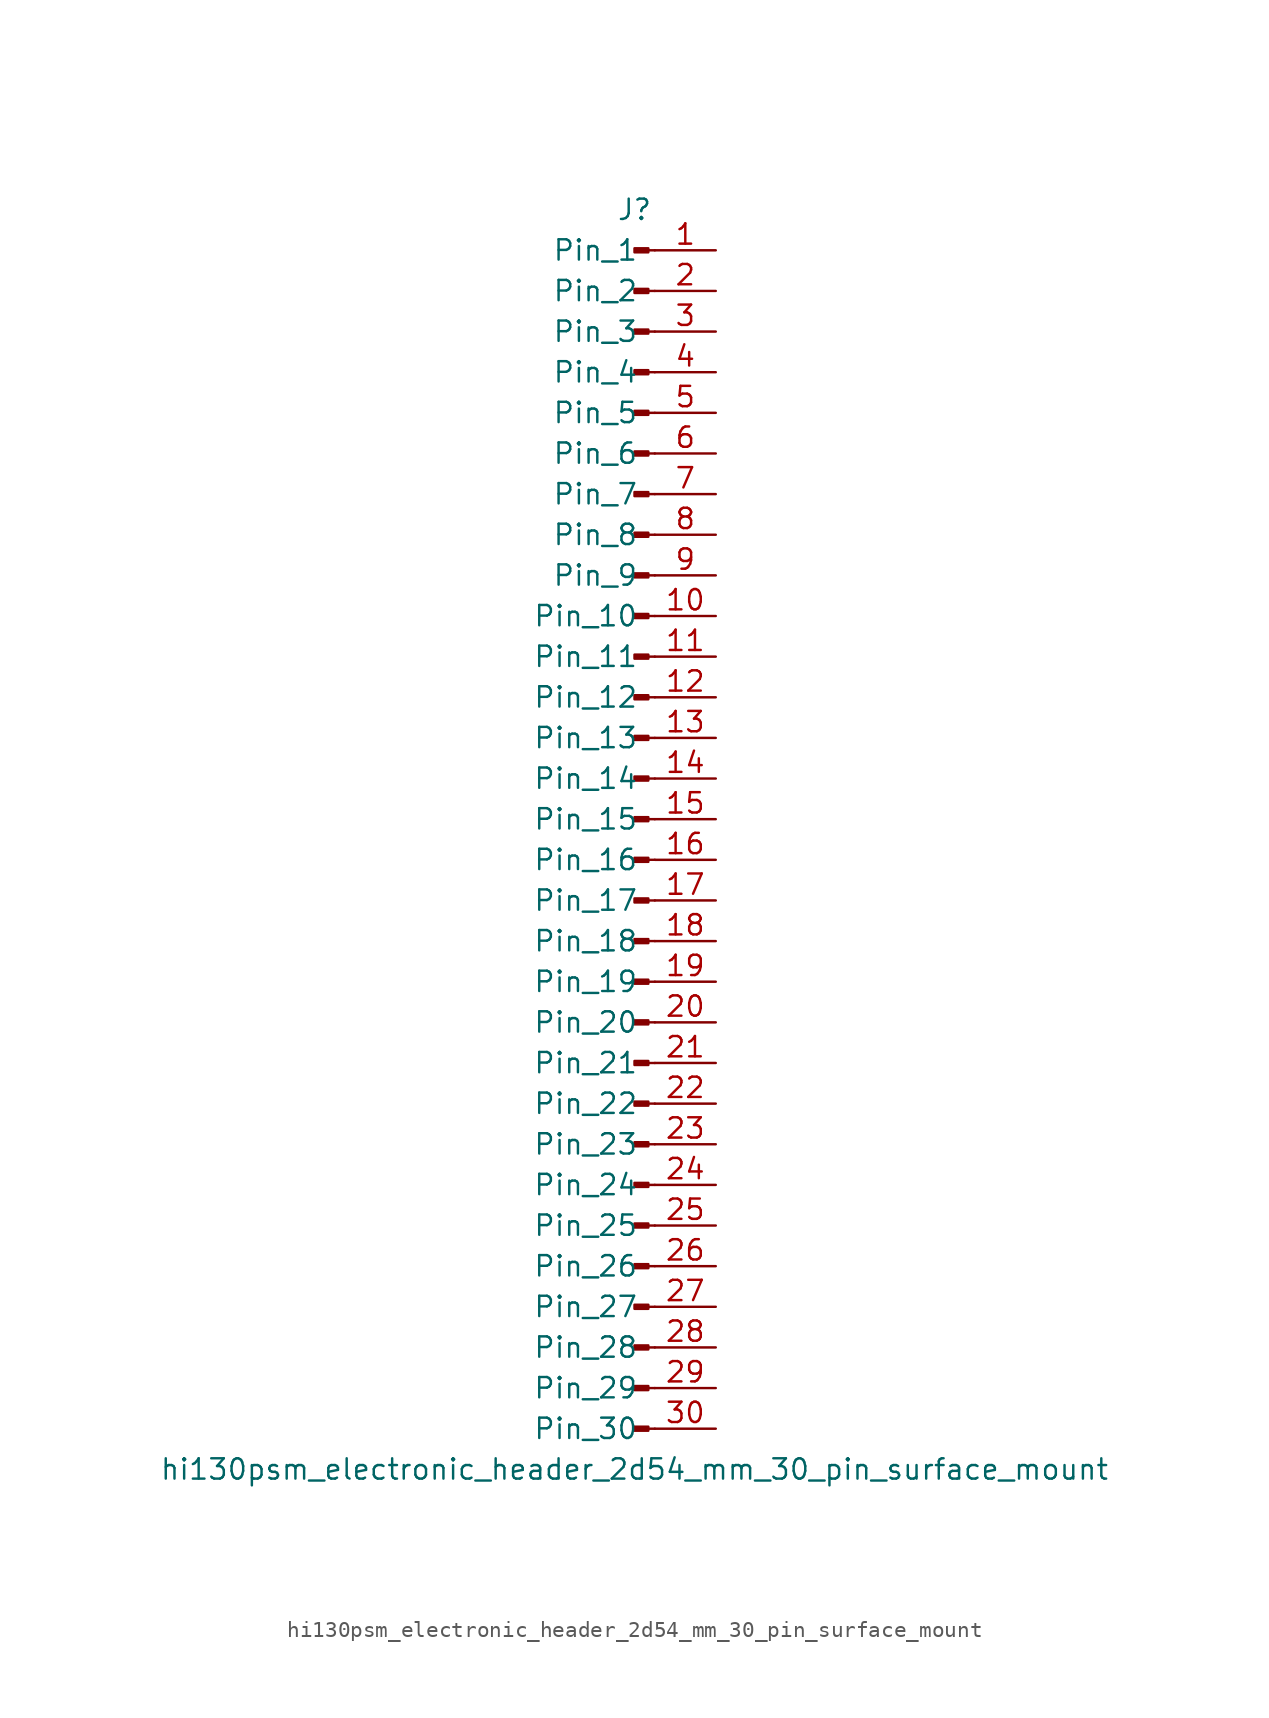
<source format=kicad_sym>
(kicad_symbol_lib
  (version 20220914)
  (generator kicad_symbol_editor)
  (symbol "hi130psm_electronic_header_2d54_mm_30_pin_surface_mount"
    (pin_names
      (offset 1.016))
    (property "Reference" "J"
      (at 0 38.1 0)
      (effects (font (size 1.27 1.27))))
    (property "Value" "hi130psm_electronic_header_2d54_mm_30_pin_surface_mount"
      (at 0 -40.64 0)
      (effects (font (size 1.27 1.27))))
    (property "ki_locked" ""
      (at 0 0 0)
      (effects (font (size 1.27 1.27))))
    (symbol "hi130psm_electronic_header_2d54_mm_30_pin_surface_mount_1_1"
      (polyline (pts (xy 1.27 -38.1) (xy 0.864 -38.1)) (stroke (width 0.152) (type default)) (fill (type none)))
      (polyline (pts (xy 1.27 -35.56) (xy 0.864 -35.56)) (stroke (width 0.152) (type default)) (fill (type none)))
      (polyline (pts (xy 1.27 -33.02) (xy 0.864 -33.02)) (stroke (width 0.152) (type default)) (fill (type none)))
      (polyline (pts (xy 1.27 -30.48) (xy 0.864 -30.48)) (stroke (width 0.152) (type default)) (fill (type none)))
      (polyline (pts (xy 1.27 -27.94) (xy 0.864 -27.94)) (stroke (width 0.152) (type default)) (fill (type none)))
      (polyline (pts (xy 1.27 -25.4) (xy 0.864 -25.4)) (stroke (width 0.152) (type default)) (fill (type none)))
      (polyline (pts (xy 1.27 -22.86) (xy 0.864 -22.86)) (stroke (width 0.152) (type default)) (fill (type none)))
      (polyline (pts (xy 1.27 -20.32) (xy 0.864 -20.32)) (stroke (width 0.152) (type default)) (fill (type none)))
      (polyline (pts (xy 1.27 -17.78) (xy 0.864 -17.78)) (stroke (width 0.152) (type default)) (fill (type none)))
      (polyline (pts (xy 1.27 -15.24) (xy 0.864 -15.24)) (stroke (width 0.152) (type default)) (fill (type none)))
      (polyline (pts (xy 1.27 -12.7) (xy 0.864 -12.7)) (stroke (width 0.152) (type default)) (fill (type none)))
      (polyline (pts (xy 1.27 -10.16) (xy 0.864 -10.16)) (stroke (width 0.152) (type default)) (fill (type none)))
      (polyline (pts (xy 1.27 -7.62) (xy 0.864 -7.62)) (stroke (width 0.152) (type default)) (fill (type none)))
      (polyline (pts (xy 1.27 -5.08) (xy 0.864 -5.08)) (stroke (width 0.152) (type default)) (fill (type none)))
      (polyline (pts (xy 1.27 -2.54) (xy 0.864 -2.54)) (stroke (width 0.152) (type default)) (fill (type none)))
      (polyline (pts (xy 1.27 0) (xy 0.864 0)) (stroke (width 0.152) (type default)) (fill (type none)))
      (polyline (pts (xy 1.27 2.54) (xy 0.864 2.54)) (stroke (width 0.152) (type default)) (fill (type none)))
      (polyline (pts (xy 1.27 5.08) (xy 0.864 5.08)) (stroke (width 0.152) (type default)) (fill (type none)))
      (polyline (pts (xy 1.27 7.62) (xy 0.864 7.62)) (stroke (width 0.152) (type default)) (fill (type none)))
      (polyline (pts (xy 1.27 10.16) (xy 0.864 10.16)) (stroke (width 0.152) (type default)) (fill (type none)))
      (polyline (pts (xy 1.27 12.7) (xy 0.864 12.7)) (stroke (width 0.152) (type default)) (fill (type none)))
      (polyline (pts (xy 1.27 15.24) (xy 0.864 15.24)) (stroke (width 0.152) (type default)) (fill (type none)))
      (polyline (pts (xy 1.27 17.78) (xy 0.864 17.78)) (stroke (width 0.152) (type default)) (fill (type none)))
      (polyline (pts (xy 1.27 20.32) (xy 0.864 20.32)) (stroke (width 0.152) (type default)) (fill (type none)))
      (polyline (pts (xy 1.27 22.86) (xy 0.864 22.86)) (stroke (width 0.152) (type default)) (fill (type none)))
      (polyline (pts (xy 1.27 25.4) (xy 0.864 25.4)) (stroke (width 0.152) (type default)) (fill (type none)))
      (polyline (pts (xy 1.27 27.94) (xy 0.864 27.94)) (stroke (width 0.152) (type default)) (fill (type none)))
      (polyline (pts (xy 1.27 30.48) (xy 0.864 30.48)) (stroke (width 0.152) (type default)) (fill (type none)))
      (polyline (pts (xy 1.27 33.02) (xy 0.864 33.02)) (stroke (width 0.152) (type default)) (fill (type none)))
      (polyline (pts (xy 1.27 35.56) (xy 0.864 35.56)) (stroke (width 0.152) (type default)) (fill (type none)))
      (rectangle (start 0.864 -37.973) (end 0 -38.227) (stroke (width 0.152) (type default)) (fill (type outline)))
      (rectangle (start 0.864 -35.433) (end 0 -35.687) (stroke (width 0.152) (type default)) (fill (type outline)))
      (rectangle (start 0.864 -32.893) (end 0 -33.147) (stroke (width 0.152) (type default)) (fill (type outline)))
      (rectangle (start 0.864 -30.353) (end 0 -30.607) (stroke (width 0.152) (type default)) (fill (type outline)))
      (rectangle (start 0.864 -27.813) (end 0 -28.067) (stroke (width 0.152) (type default)) (fill (type outline)))
      (rectangle (start 0.864 -25.273) (end 0 -25.527) (stroke (width 0.152) (type default)) (fill (type outline)))
      (rectangle (start 0.864 -22.733) (end 0 -22.987) (stroke (width 0.152) (type default)) (fill (type outline)))
      (rectangle (start 0.864 -20.193) (end 0 -20.447) (stroke (width 0.152) (type default)) (fill (type outline)))
      (rectangle (start 0.864 -17.653) (end 0 -17.907) (stroke (width 0.152) (type default)) (fill (type outline)))
      (rectangle (start 0.864 -15.113) (end 0 -15.367) (stroke (width 0.152) (type default)) (fill (type outline)))
      (rectangle (start 0.864 -12.573) (end 0 -12.827) (stroke (width 0.152) (type default)) (fill (type outline)))
      (rectangle (start 0.864 -10.033) (end 0 -10.287) (stroke (width 0.152) (type default)) (fill (type outline)))
      (rectangle (start 0.864 -7.493) (end 0 -7.747) (stroke (width 0.152) (type default)) (fill (type outline)))
      (rectangle (start 0.864 -4.953) (end 0 -5.207) (stroke (width 0.152) (type default)) (fill (type outline)))
      (rectangle (start 0.864 -2.413) (end 0 -2.667) (stroke (width 0.152) (type default)) (fill (type outline)))
      (rectangle (start 0.864 0.127) (end 0 -0.127) (stroke (width 0.152) (type default)) (fill (type outline)))
      (rectangle (start 0.864 2.667) (end 0 2.413) (stroke (width 0.152) (type default)) (fill (type outline)))
      (rectangle (start 0.864 5.207) (end 0 4.953) (stroke (width 0.152) (type default)) (fill (type outline)))
      (rectangle (start 0.864 7.747) (end 0 7.493) (stroke (width 0.152) (type default)) (fill (type outline)))
      (rectangle (start 0.864 10.287) (end 0 10.033) (stroke (width 0.152) (type default)) (fill (type outline)))
      (rectangle (start 0.864 12.827) (end 0 12.573) (stroke (width 0.152) (type default)) (fill (type outline)))
      (rectangle (start 0.864 15.367) (end 0 15.113) (stroke (width 0.152) (type default)) (fill (type outline)))
      (rectangle (start 0.864 17.907) (end 0 17.653) (stroke (width 0.152) (type default)) (fill (type outline)))
      (rectangle (start 0.864 20.447) (end 0 20.193) (stroke (width 0.152) (type default)) (fill (type outline)))
      (rectangle (start 0.864 22.987) (end 0 22.733) (stroke (width 0.152) (type default)) (fill (type outline)))
      (rectangle (start 0.864 25.527) (end 0 25.273) (stroke (width 0.152) (type default)) (fill (type outline)))
      (rectangle (start 0.864 28.067) (end 0 27.813) (stroke (width 0.152) (type default)) (fill (type outline)))
      (rectangle (start 0.864 30.607) (end 0 30.353) (stroke (width 0.152) (type default)) (fill (type outline)))
      (rectangle (start 0.864 33.147) (end 0 32.893) (stroke (width 0.152) (type default)) (fill (type outline)))
      (rectangle (start 0.864 35.687) (end 0 35.433) (stroke (width 0.152) (type default)) (fill (type outline)))
      (pin passive line (at 5.08 35.56 180) (length 3.81) (name "Pin_1" (effects (font (size 1.27 1.27)))) (number "1" (effects (font (size 1.27 1.27)))))
      (pin passive line (at 5.08 12.7 180) (length 3.81) (name "Pin_10" (effects (font (size 1.27 1.27)))) (number "10" (effects (font (size 1.27 1.27)))))
      (pin passive line (at 5.08 10.16 180) (length 3.81) (name "Pin_11" (effects (font (size 1.27 1.27)))) (number "11" (effects (font (size 1.27 1.27)))))
      (pin passive line (at 5.08 7.62 180) (length 3.81) (name "Pin_12" (effects (font (size 1.27 1.27)))) (number "12" (effects (font (size 1.27 1.27)))))
      (pin passive line (at 5.08 5.08 180) (length 3.81) (name "Pin_13" (effects (font (size 1.27 1.27)))) (number "13" (effects (font (size 1.27 1.27)))))
      (pin passive line (at 5.08 2.54 180) (length 3.81) (name "Pin_14" (effects (font (size 1.27 1.27)))) (number "14" (effects (font (size 1.27 1.27)))))
      (pin passive line (at 5.08 0 180) (length 3.81) (name "Pin_15" (effects (font (size 1.27 1.27)))) (number "15" (effects (font (size 1.27 1.27)))))
      (pin passive line (at 5.08 -2.54 180) (length 3.81) (name "Pin_16" (effects (font (size 1.27 1.27)))) (number "16" (effects (font (size 1.27 1.27)))))
      (pin passive line (at 5.08 -5.08 180) (length 3.81) (name "Pin_17" (effects (font (size 1.27 1.27)))) (number "17" (effects (font (size 1.27 1.27)))))
      (pin passive line (at 5.08 -7.62 180) (length 3.81) (name "Pin_18" (effects (font (size 1.27 1.27)))) (number "18" (effects (font (size 1.27 1.27)))))
      (pin passive line (at 5.08 -10.16 180) (length 3.81) (name "Pin_19" (effects (font (size 1.27 1.27)))) (number "19" (effects (font (size 1.27 1.27)))))
      (pin passive line (at 5.08 33.02 180) (length 3.81) (name "Pin_2" (effects (font (size 1.27 1.27)))) (number "2" (effects (font (size 1.27 1.27)))))
      (pin passive line (at 5.08 -12.7 180) (length 3.81) (name "Pin_20" (effects (font (size 1.27 1.27)))) (number "20" (effects (font (size 1.27 1.27)))))
      (pin passive line (at 5.08 -15.24 180) (length 3.81) (name "Pin_21" (effects (font (size 1.27 1.27)))) (number "21" (effects (font (size 1.27 1.27)))))
      (pin passive line (at 5.08 -17.78 180) (length 3.81) (name "Pin_22" (effects (font (size 1.27 1.27)))) (number "22" (effects (font (size 1.27 1.27)))))
      (pin passive line (at 5.08 -20.32 180) (length 3.81) (name "Pin_23" (effects (font (size 1.27 1.27)))) (number "23" (effects (font (size 1.27 1.27)))))
      (pin passive line (at 5.08 -22.86 180) (length 3.81) (name "Pin_24" (effects (font (size 1.27 1.27)))) (number "24" (effects (font (size 1.27 1.27)))))
      (pin passive line (at 5.08 -25.4 180) (length 3.81) (name "Pin_25" (effects (font (size 1.27 1.27)))) (number "25" (effects (font (size 1.27 1.27)))))
      (pin passive line (at 5.08 -27.94 180) (length 3.81) (name "Pin_26" (effects (font (size 1.27 1.27)))) (number "26" (effects (font (size 1.27 1.27)))))
      (pin passive line (at 5.08 -30.48 180) (length 3.81) (name "Pin_27" (effects (font (size 1.27 1.27)))) (number "27" (effects (font (size 1.27 1.27)))))
      (pin passive line (at 5.08 -33.02 180) (length 3.81) (name "Pin_28" (effects (font (size 1.27 1.27)))) (number "28" (effects (font (size 1.27 1.27)))))
      (pin passive line (at 5.08 -35.56 180) (length 3.81) (name "Pin_29" (effects (font (size 1.27 1.27)))) (number "29" (effects (font (size 1.27 1.27)))))
      (pin passive line (at 5.08 30.48 180) (length 3.81) (name "Pin_3" (effects (font (size 1.27 1.27)))) (number "3" (effects (font (size 1.27 1.27)))))
      (pin passive line (at 5.08 -38.1 180) (length 3.81) (name "Pin_30" (effects (font (size 1.27 1.27)))) (number "30" (effects (font (size 1.27 1.27)))))
      (pin passive line (at 5.08 27.94 180) (length 3.81) (name "Pin_4" (effects (font (size 1.27 1.27)))) (number "4" (effects (font (size 1.27 1.27)))))
      (pin passive line (at 5.08 25.4 180) (length 3.81) (name "Pin_5" (effects (font (size 1.27 1.27)))) (number "5" (effects (font (size 1.27 1.27)))))
      (pin passive line (at 5.08 22.86 180) (length 3.81) (name "Pin_6" (effects (font (size 1.27 1.27)))) (number "6" (effects (font (size 1.27 1.27)))))
      (pin passive line (at 5.08 20.32 180) (length 3.81) (name "Pin_7" (effects (font (size 1.27 1.27)))) (number "7" (effects (font (size 1.27 1.27)))))
      (pin passive line (at 5.08 17.78 180) (length 3.81) (name "Pin_8" (effects (font (size 1.27 1.27)))) (number "8" (effects (font (size 1.27 1.27)))))
      (pin passive line (at 5.08 15.24 180) (length 3.81) (name "Pin_9" (effects (font (size 1.27 1.27)))) (number "9" (effects (font (size 1.27 1.27))))))))
</source>
